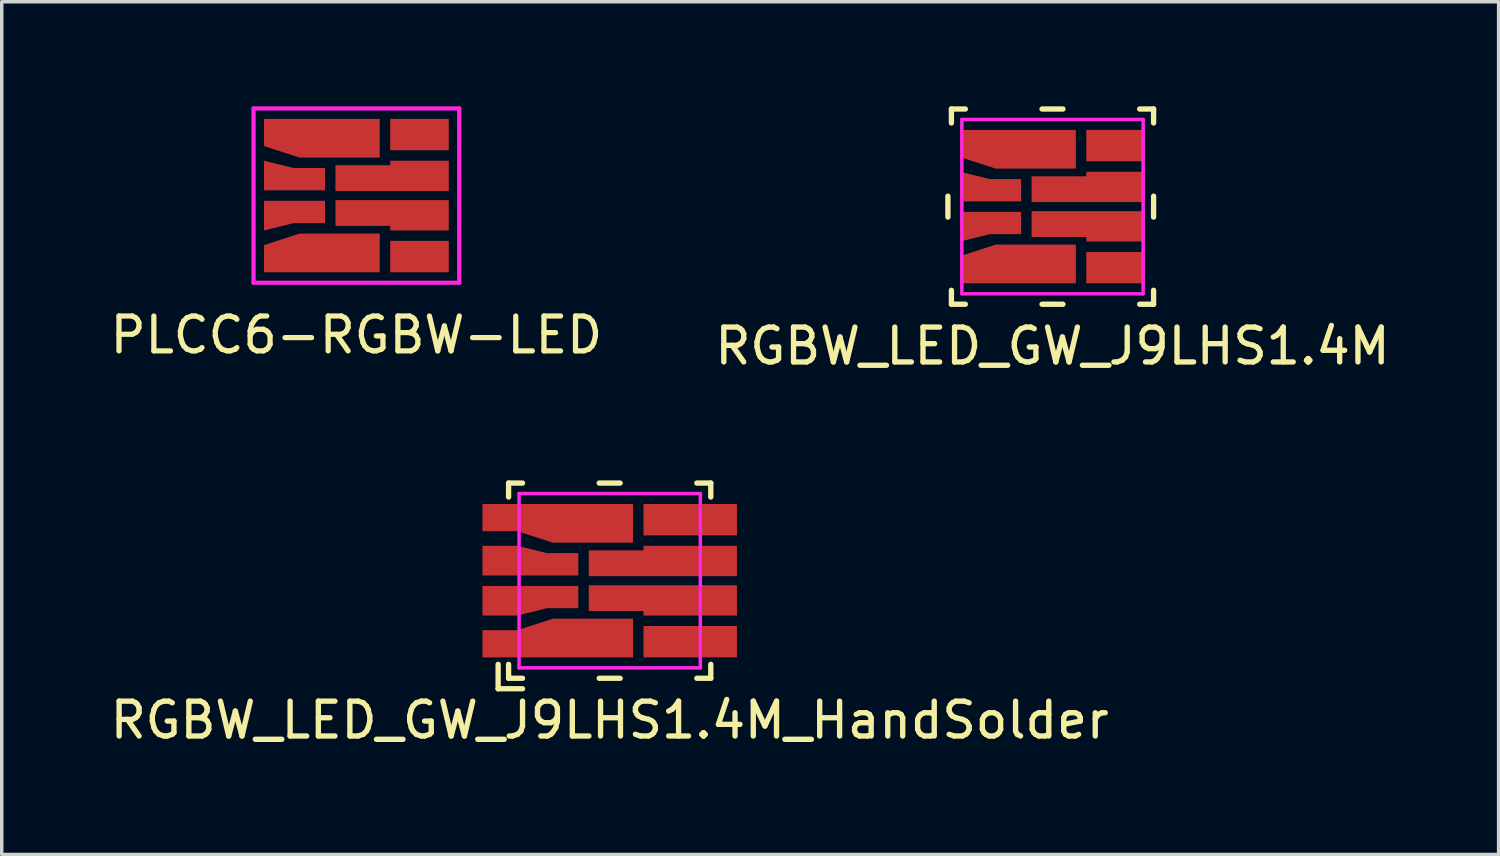
<source format=kicad_pcb>
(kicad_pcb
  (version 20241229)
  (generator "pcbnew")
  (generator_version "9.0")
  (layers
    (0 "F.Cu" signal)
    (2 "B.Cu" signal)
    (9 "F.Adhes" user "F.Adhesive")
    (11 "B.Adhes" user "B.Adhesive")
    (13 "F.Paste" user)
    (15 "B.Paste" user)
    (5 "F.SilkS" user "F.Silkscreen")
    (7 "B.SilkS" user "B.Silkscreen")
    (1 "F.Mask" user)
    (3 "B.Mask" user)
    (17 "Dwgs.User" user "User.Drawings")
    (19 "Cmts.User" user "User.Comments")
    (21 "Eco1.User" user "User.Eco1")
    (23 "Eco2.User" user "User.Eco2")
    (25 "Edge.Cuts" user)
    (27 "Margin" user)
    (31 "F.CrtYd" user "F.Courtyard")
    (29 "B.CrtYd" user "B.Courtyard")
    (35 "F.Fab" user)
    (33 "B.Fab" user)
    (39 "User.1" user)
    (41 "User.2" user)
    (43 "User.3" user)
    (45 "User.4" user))
  (footprint "RGBW_LED_GW_J9LHS1.4M"
    (layer "F.Cu")
    (at 27.141 2.877)
    (property "Reference" "RGBW_LED_GW_J9LHS1.4M" (at 0 4 0) (layer "F.SilkS") (effects (font (size 1 1) (thickness 0.153))))
    (attr through_hole)
    (fp_line (start -3 0.3) (end -3 -0.3) (stroke (width 0.153) (type solid)) (layer "F.SilkS"))
    (fp_line (start -2.9 -2.8) (end -2.5 -2.8) (stroke (width 0.153) (type solid)) (layer "F.SilkS"))
    (fp_line (start -2.9 -2.4) (end -2.9 -2.8) (stroke (width 0.153) (type solid)) (layer "F.SilkS"))
    (fp_line (start -2.9 2.4) (end -2.9 2.8) (stroke (width 0.153) (type solid)) (layer "F.SilkS"))
    (fp_line (start -2.9 2.8) (end -2.5 2.8) (stroke (width 0.153) (type solid)) (layer "F.SilkS"))
    (fp_line (start -0.3 2.8) (end 0.3 2.8) (stroke (width 0.153) (type solid)) (layer "F.SilkS"))
    (fp_line (start 0.3 -2.8) (end -0.3 -2.8) (stroke (width 0.153) (type solid)) (layer "F.SilkS"))
    (fp_line (start 2.9 -2.8) (end 2.5 -2.8) (stroke (width 0.153) (type solid)) (layer "F.SilkS"))
    (fp_line (start 2.9 -2.4) (end 2.9 -2.8) (stroke (width 0.153) (type solid)) (layer "F.SilkS"))
    (fp_line (start 2.9 0.3) (end 2.9 -0.3) (stroke (width 0.153) (type solid)) (layer "F.SilkS"))
    (fp_line (start 2.9 2.4) (end 2.9 2.8) (stroke (width 0.153) (type solid)) (layer "F.SilkS"))
    (fp_line (start 2.9 2.8) (end 2.5 2.8) (stroke (width 0.153) (type solid)) (layer "F.SilkS"))
    (fp_line (start -2.6 -2.5) (end -2.6 2.5) (stroke (width 0.1) (type solid)) (layer "F.CrtYd"))
    (fp_line (start -2.6 2.5) (end 2.6 2.5) (stroke (width 0.1) (type solid)) (layer "F.CrtYd"))
    (fp_line (start 2.6 -2.5) (end -2.6 -2.5) (stroke (width 0.1) (type solid)) (layer "F.CrtYd"))
    (fp_line (start 2.6 -2.5) (end 2.6 2.5) (stroke (width 0.1) (type solid)) (layer "F.CrtYd"))
    (pad "1" smd custom (at -2.21 -1.81) (size 0.5 0.5) (layers "F.Cu" "F.Mask" "F.Paste") (options (anchor rect)) (primitives (gr_poly (pts (xy 2.88 0.72) (xy 2.88 -0.39) (xy -0.44 -0.39) (xy -0.44 0.39) (xy 0.58 0.72)) (width 0) (fill yes))))
    (pad "2" smd custom (at -2.21 -0.48) (size 0.5 0.5) (layers "F.Cu" "F.Mask" "F.Paste") (options (anchor rect)) (primitives (gr_poly (pts (xy 1.31 -0.31) (xy 0.41 -0.31) (xy -0.44 -0.52) (xy -0.44 0.33) (xy 1.31 0.33)) (width 0) (fill yes))))
    (pad "3" smd custom (at -2.21 0.48) (size 0.5 0.5) (layers "F.Cu" "F.Mask" "F.Paste") (options (anchor rect)) (primitives (gr_poly (pts (xy 1.31 0.31) (xy 0.41 0.31) (xy -0.44 0.52) (xy -0.44 -0.33) (xy 1.31 -0.33)) (width 0) (fill yes))))
    (pad "4" smd custom (at -2.21 1.81) (size 0.5 0.5) (layers "F.Cu" "F.Mask" "F.Paste") (options (anchor rect)) (primitives (gr_poly (pts (xy 2.88 -0.72) (xy 2.88 0.39) (xy -0.44 0.39) (xy -0.44 -0.39) (xy 0.58 -0.72)) (width 0) (fill yes))))
    (pad "5" smd custom (at 2.21 1.75) (size 0.5 0.5) (layers "F.Cu" "F.Mask" "F.Paste") (options (anchor rect)) (primitives (gr_poly (pts (xy 0.44 0.45) (xy -1.24 0.45) (xy -1.24 -0.45) (xy 0.44 -0.45)) (width 0) (fill yes))))
    (pad "6" smd custom (at 2.21 0.56) (size 0.5 0.5) (layers "F.Cu" "F.Mask" "F.Paste") (options (anchor rect)) (primitives (gr_poly (pts (xy 0.44 0.44) (xy -1.24 0.44) (xy -1.24 0.31) (xy -2.81 0.31) (xy -2.81 -0.43) (xy 0.44 -0.43)) (width 0) (fill yes))))
    (pad "7" smd custom (at 2.21 -0.56) (size 0.5 0.5) (layers "F.Cu" "F.Mask" "F.Paste") (options (anchor rect)) (primitives (gr_poly (pts (xy 0.44 -0.44) (xy -1.24 -0.44) (xy -1.24 -0.31) (xy -2.81 -0.31) (xy -2.81 0.43) (xy 0.44 0.43)) (width 0) (fill yes))))
    (pad "8" smd custom (at 2.21 -1.75) (size 0.5 0.5) (layers "F.Cu" "F.Mask" "F.Paste") (options (anchor rect)) (primitives (gr_poly (pts (xy 0.44 0.45) (xy -1.24 0.45) (xy -1.24 -0.45) (xy 0.44 -0.45)) (width 0) (fill yes)))))
  (footprint "PLCC6-RGBW-LED"
    (layer "F.Cu")
    (at 7.173 2.56)
    (property "Reference" "PLCC6-RGBW-LED" (at 0 4 0) (layer "F.SilkS") (effects (font (size 1 1) (thickness 0.15))))
    (attr through_hole)
    (fp_line (start -2.95 -2.5) (end -2.95 2.5) (stroke (width 0.12) (type solid)) (layer "F.CrtYd"))
    (fp_line (start -2.95 2.5) (end 2.95 2.5) (stroke (width 0.12) (type solid)) (layer "F.CrtYd"))
    (fp_line (start 2.95 -2.5) (end -2.95 -2.5) (stroke (width 0.12) (type solid)) (layer "F.CrtYd"))
    (fp_line (start 2.95 2.5) (end 2.95 -2.5) (stroke (width 0.12) (type solid)) (layer "F.CrtYd"))
    (pad "1" smd custom (at -2.35 -1.9) (size 0.5 0.5) (layers "F.Cu" "F.Mask" "F.Paste") (options (anchor rect)) (primitives (gr_poly (pts (xy 3.02 0.81) (xy 3.02 -0.3) (xy -0.3 -0.3) (xy -0.3 0.48) (xy 0.72 0.81)) (width 0) (fill yes))))
    (pad "2" smd custom (at -2.35 -0.45) (size 0.5 0.5) (layers "F.Cu" "F.Mask" "F.Paste") (options (anchor rect)) (primitives (gr_poly (pts (xy 1.45 -0.34) (xy 0.55 -0.34) (xy -0.3 -0.55) (xy -0.3 0.3) (xy 1.45 0.3)) (width 0) (fill yes))))
    (pad "3" smd custom (at -2.35 0.45) (size 0.5 0.5) (layers "F.Cu" "F.Mask" "F.Paste") (options (anchor rect)) (primitives (gr_poly (pts (xy 1.45 0.34) (xy 0.55 0.34) (xy -0.3 0.55) (xy -0.3 -0.3) (xy 1.45 -0.3)) (width 0) (fill yes))))
    (pad "4" smd custom (at -2.35 1.9) (size 0.5 0.5) (layers "F.Cu" "F.Mask" "F.Paste") (options (anchor rect)) (primitives (gr_poly (pts (xy 3.02 -0.81) (xy 3.02 0.3) (xy -0.3 0.3) (xy -0.3 -0.48) (xy 0.72 -0.81)) (width 0) (fill yes))))
    (pad "5" smd custom (at 2.3 1.9) (size 0.5 0.5) (layers "F.Cu" "F.Mask" "F.Paste") (options (anchor rect)) (primitives (gr_poly (pts (xy 0.35 0.3) (xy -1.33 0.3) (xy -1.33 -0.6) (xy 0.35 -0.6)) (width 0) (fill yes))))
    (pad "6" smd custom (at 2.3 0.5) (size 0.5 0.5) (layers "F.Cu" "F.Mask" "F.Paste") (options (anchor rect)) (primitives (gr_poly (pts (xy 0.35 0.5) (xy -1.33 0.5) (xy -1.33 0.37) (xy -2.9 0.37) (xy -2.9 -0.37) (xy 0.35 -0.37)) (width 0) (fill yes))))
    (pad "7" smd custom (at 2.3 -0.45) (size 0.5 0.5) (layers "F.Cu" "F.Mask" "F.Paste") (options (anchor rect)) (primitives (gr_poly (pts (xy 0.35 -0.55) (xy -1.33 -0.55) (xy -1.33 -0.42) (xy -2.9 -0.42) (xy -2.9 0.32) (xy 0.35 0.32)) (width 0) (fill yes))))
    (pad "8" smd custom (at 2.3 -1.85) (size 0.5 0.5) (layers "F.Cu" "F.Mask" "F.Paste") (options (anchor rect)) (primitives (gr_poly (pts (xy 0.35 0.55) (xy -1.33 0.55) (xy -1.33 -0.35) (xy 0.35 -0.35)) (width 0) (fill yes)))))
  (footprint "RGBW_LED_GW_J9LHS1.4M_HandSolder"
    (layer "F.Cu")
    (at 14.439 13.607)
    (property "Reference" "RGBW_LED_GW_J9LHS1.4M_HandSolder" (at 0 4 0) (layer "F.SilkS") (effects (font (size 1 1) (thickness 0.153))))
    (attr through_hole)
    (fp_line (start -3.2 2.4) (end -3.2 3.1) (stroke (width 0.153) (type solid)) (layer "F.SilkS"))
    (fp_line (start -3.2 3.1) (end -2.5 3.1) (stroke (width 0.153) (type solid)) (layer "F.SilkS"))
    (fp_line (start -2.9 -2.8) (end -2.5 -2.8) (stroke (width 0.153) (type solid)) (layer "F.SilkS"))
    (fp_line (start -2.9 -2.4) (end -2.9 -2.8) (stroke (width 0.153) (type solid)) (layer "F.SilkS"))
    (fp_line (start -2.9 2.4) (end -2.9 2.8) (stroke (width 0.153) (type solid)) (layer "F.SilkS"))
    (fp_line (start -2.9 2.8) (end -2.5 2.8) (stroke (width 0.153) (type solid)) (layer "F.SilkS"))
    (fp_line (start -0.3 2.8) (end 0.3 2.8) (stroke (width 0.153) (type solid)) (layer "F.SilkS"))
    (fp_line (start 0.3 -2.8) (end -0.3 -2.8) (stroke (width 0.153) (type solid)) (layer "F.SilkS"))
    (fp_line (start 2.9 -2.8) (end 2.5 -2.8) (stroke (width 0.153) (type solid)) (layer "F.SilkS"))
    (fp_line (start 2.9 -2.4) (end 2.9 -2.8) (stroke (width 0.153) (type solid)) (layer "F.SilkS"))
    (fp_line (start 2.9 2.4) (end 2.9 2.8) (stroke (width 0.153) (type solid)) (layer "F.SilkS"))
    (fp_line (start 2.9 2.8) (end 2.5 2.8) (stroke (width 0.153) (type solid)) (layer "F.SilkS"))
    (fp_line (start -2.6 -2.5) (end -2.6 2.5) (stroke (width 0.1) (type solid)) (layer "F.CrtYd"))
    (fp_line (start -2.6 2.5) (end 2.6 2.5) (stroke (width 0.1) (type solid)) (layer "F.CrtYd"))
    (fp_line (start 2.6 -2.5) (end -2.6 -2.5) (stroke (width 0.1) (type solid)) (layer "F.CrtYd"))
    (fp_line (start 2.6 -2.5) (end 2.6 2.5) (stroke (width 0.1) (type solid)) (layer "F.CrtYd"))
    (pad "1" smd custom (at -3.21 -1.81) (size 0.5 0.5) (layers "F.Cu" "F.Mask" "F.Paste") (options (anchor rect)) (primitives (gr_poly (pts (xy 3.88 0.72) (xy 3.88 -0.39) (xy 0.56 -0.39) (xy 0.56 0.39) (xy 1.58 0.72)) (width 0) (fill yes)) (gr_poly (pts (xy 0.56 0.39) (xy -0.44 0.39) (xy -0.44 -0.39) (xy 0.56 -0.39)) (width 0) (fill yes))))
    (pad "2" smd custom (at -3.21 -0.58) (size 0.5 0.5) (layers "F.Cu" "F.Mask" "F.Paste") (options (anchor rect)) (primitives (gr_poly (pts (xy 2.31 -0.21) (xy 1.41 -0.21) (xy 0.56 -0.42) (xy 0.56 0.43) (xy 2.31 0.43)) (width 0) (fill yes)) (gr_poly (pts (xy 0.56 0.43) (xy -0.44 0.43) (xy -0.44 -0.42) (xy 0.56 -0.42)) (width 0) (fill yes))))
    (pad "3" smd custom (at -3.21 0.58) (size 0.5 0.5) (layers "F.Cu" "F.Mask" "F.Paste") (options (anchor rect)) (primitives (gr_poly (pts (xy 2.31 0.21) (xy 1.41 0.21) (xy 0.56 0.42) (xy 0.56 -0.43) (xy 2.31 -0.43)) (width 0) (fill yes)) (gr_poly (pts (xy 0.56 0.42) (xy -0.44 0.42) (xy -0.44 -0.43) (xy 0.56 -0.43)) (width 0) (fill yes))))
    (pad "4" smd custom (at -3.21 1.81) (size 0.5 0.5) (layers "F.Cu" "F.Mask" "F.Paste") (options (anchor rect)) (primitives (gr_poly (pts (xy 3.88 -0.72) (xy 3.88 0.39) (xy 0.56 0.39) (xy 0.56 -0.39) (xy 1.58 -0.72)) (width 0) (fill yes)) (gr_poly (pts (xy 0.56 0.39) (xy -0.44 0.39) (xy -0.44 -0.39) (xy 0.56 -0.39)) (width 0) (fill yes))))
    (pad "5" smd custom (at 3.21 1.75) (size 0.5 0.5) (layers "F.Cu" "F.Mask" "F.Paste") (options (anchor rect)) (primitives (gr_poly (pts (xy -0.56 0.45) (xy -2.24 0.45) (xy -2.24 -0.45) (xy -0.56 -0.45)) (width 0) (fill yes)) (gr_poly (pts (xy 0.44 0.45) (xy -0.56 0.45) (xy -0.56 -0.45) (xy 0.44 -0.45)) (width 0) (fill yes))))
    (pad "6" smd custom (at 3.21 0.56) (size 0.5 0.5) (layers "F.Cu" "F.Mask" "F.Paste") (options (anchor rect)) (primitives (gr_poly (pts (xy -0.56 0.44) (xy -2.24 0.44) (xy -2.24 0.31) (xy -3.81 0.31) (xy -3.81 -0.43) (xy -0.56 -0.43)) (width 0) (fill yes)) (gr_poly (pts (xy 0.44 0.44) (xy -0.56 0.44) (xy -0.56 -0.43) (xy 0.44 -0.43)) (width 0) (fill yes))))
    (pad "7" smd custom (at 3.21 -0.56) (size 0.5 0.5) (layers "F.Cu" "F.Mask" "F.Paste") (options (anchor rect)) (primitives (gr_poly (pts (xy -0.56 -0.44) (xy -2.24 -0.44) (xy -2.24 -0.31) (xy -3.81 -0.31) (xy -3.81 0.43) (xy -0.56 0.43)) (width 0) (fill yes)) (gr_poly (pts (xy 0.44 0.43) (xy -0.56 0.43) (xy -0.56 -0.44) (xy 0.44 -0.44)) (width 0) (fill yes))))
    (pad "8" smd custom (at 3.21 -1.75) (size 0.5 0.5) (layers "F.Cu" "F.Mask" "F.Paste") (options (anchor rect)) (primitives (gr_poly (pts (xy -0.56 0.45) (xy -2.24 0.45) (xy -2.24 -0.45) (xy -0.56 -0.45)) (width 0) (fill yes)) (gr_poly (pts (xy 0.44 0.45) (xy -0.56 0.45) (xy -0.56 -0.45) (xy 0.44 -0.45)) (width 0) (fill yes)))))
  (gr_rect
    (start -3 -3)
    (end 39.938 21.46)
    (stroke (width 0.1) (type default))
    (fill no)
    (layer "Edge.Cuts")))
</source>
